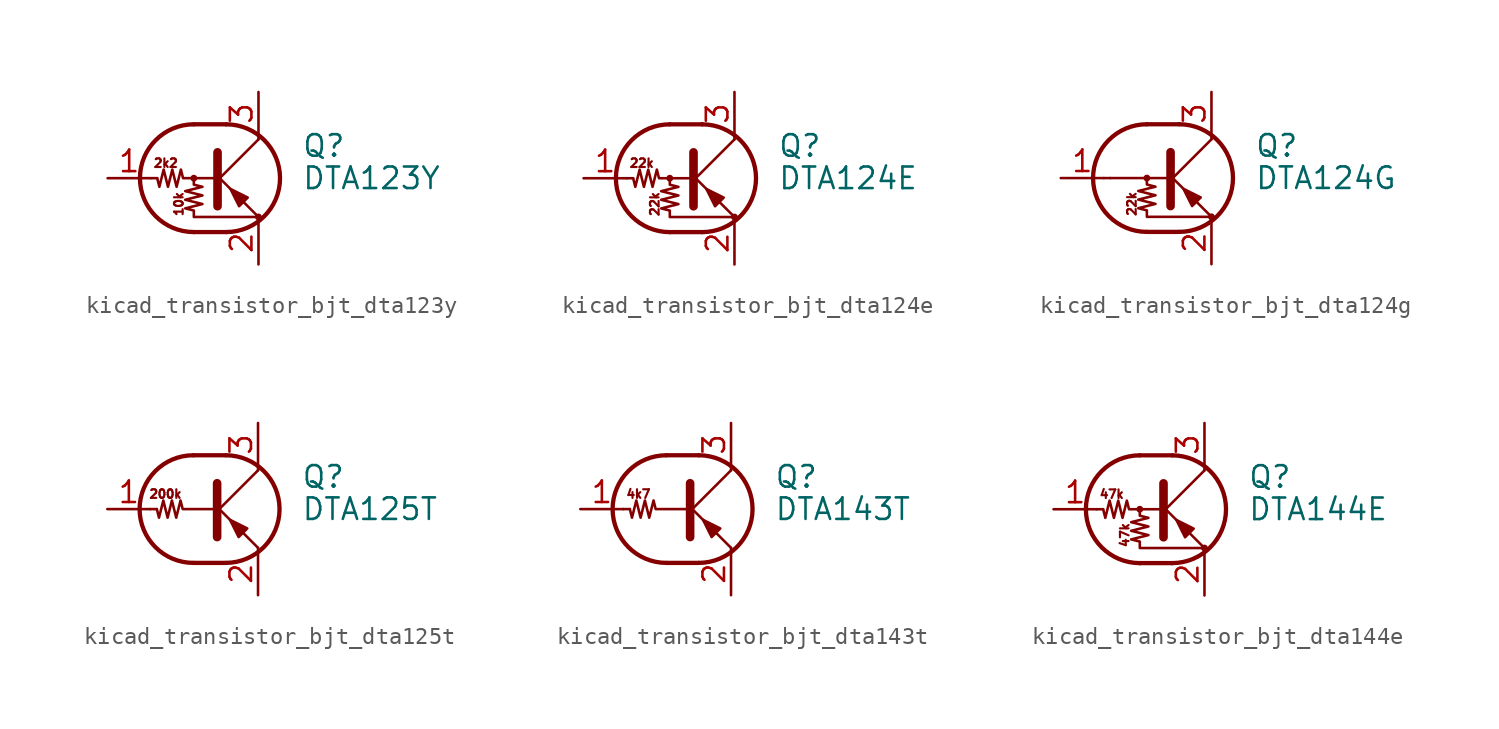
<source format=kicad_sym>
(kicad_symbol_lib
  (version 20220914)
  (generator kicad_symbol_editor)
  (symbol "kicad_transistor_bjt_dta123y"
    (pin_names
      (offset 0) hide)
    (property "Reference" "Q"
      (at 5.08 1.905 0)
      (effects (font (size 1.27 1.27)) (justify left)))
    (property "Value" "DTA123Y"
      (at 5.08 0 0)
      (effects (font (size 1.27 1.27)) (justify left)))
    (symbol "kicad_transistor_bjt_dta123y_0_0"
      (text "10k" (at -2.159 -1.524 900) (effects (font (size 0.508 0.508))))
      (text "2k2" (at -2.921 0.889 0) (effects (font (size 0.508 0.508)))))
    (symbol "kicad_transistor_bjt_dta123y_0_1"
      (circle (center -1.27 0) (radius 0.127) (stroke (width 0) (type default)) (fill (type none)))
      (arc (start -1.27 3.175) (mid -4.4312 0) (end -1.27 -3.175) (stroke (width 0.254) (type default)) (fill (type none)))
      (polyline (pts (xy -3.429 0) (xy -3.81 0)) (stroke (width 0) (type default)) (fill (type none)))
      (polyline (pts (xy -1.27 -3.175) (xy 0.635 -3.175)) (stroke (width 0.254) (type default)) (fill (type none)))
      (polyline (pts (xy -1.27 3.175) (xy 0.635 3.175)) (stroke (width 0.254) (type default)) (fill (type none)))
      (polyline (pts (xy 0 -0.254) (xy 2.54 2.286)) (stroke (width 0) (type default)) (fill (type none)))
      (polyline (pts (xy 0.127 1.524) (xy 0.127 -1.651)) (stroke (width 0.508) (type default)) (fill (type outline)))
      (polyline (pts (xy 2.54 2.286) (xy 2.54 2.54)) (stroke (width 0) (type default)) (fill (type none)))
      (polyline (pts (xy 2.54 -2.286) (xy 0 0.254) (xy 0 0.254)) (stroke (width 0) (type default)) (fill (type none)))
      (polyline (pts (xy 1.397 -1.651) (xy 1.905 -1.143) (xy 0.889 -0.635) (xy 1.397 -1.651)) (stroke (width 0) (type default)) (fill (type outline)))
      (polyline (pts (xy 0 0) (xy -1.905 0) (xy -2.032 0.508) (xy -2.286 -0.508) (xy -2.54 0.508) (xy -2.794 -0.508) (xy -3.048 0.508) (xy -3.302 -0.508) (xy -3.429 0)) (stroke (width 0) (type default)) (fill (type none)))
      (polyline (pts (xy -1.27 0) (xy -1.27 -0.381) (xy -0.762 -0.508) (xy -1.778 -0.762) (xy -0.762 -1.016) (xy -1.778 -1.27) (xy -0.762 -1.524) (xy -1.778 -1.778) (xy -1.27 -1.905) (xy -1.27 -2.286) (xy 2.54 -2.286)) (stroke (width 0) (type default)) (fill (type none)))
      (arc (start 0.635 -3.175) (mid 3.7962 0) (end 0.635 3.175) (stroke (width 0.254) (type default)) (fill (type none)))
      (circle (center 2.54 -2.286) (radius 0.127) (stroke (width 0) (type default)) (fill (type none))))
    (symbol "kicad_transistor_bjt_dta123y_1_1"
      (pin input line (at -6.35 0 0) (length 2.54) (name "B" (effects (font (size 1.27 1.27)))) (number "1" (effects (font (size 1.27 1.27)))))
      (pin passive line (at 2.54 -5.08 90) (length 2.54) (name "E" (effects (font (size 1.27 1.27)))) (number "2" (effects (font (size 1.27 1.27)))))
      (pin passive line (at 2.54 5.08 270) (length 2.54) (name "C" (effects (font (size 1.27 1.27)))) (number "3" (effects (font (size 1.27 1.27)))))))
  (symbol "kicad_transistor_bjt_dta124e"
    (pin_names
      (offset 0) hide)
    (property "Reference" "Q"
      (at 5.08 1.905 0)
      (effects (font (size 1.27 1.27)) (justify left)))
    (property "Value" "DTA124E"
      (at 5.08 0 0)
      (effects (font (size 1.27 1.27)) (justify left)))
    (symbol "kicad_transistor_bjt_dta124e_0_0"
      (text "22k" (at -2.921 0.889 0) (effects (font (size 0.508 0.508))))
      (text "22k" (at -2.159 -1.524 900) (effects (font (size 0.508 0.508)))))
    (symbol "kicad_transistor_bjt_dta124e_0_1"
      (circle (center -1.27 0) (radius 0.127) (stroke (width 0) (type default)) (fill (type none)))
      (arc (start -1.27 3.175) (mid -4.4312 0) (end -1.27 -3.175) (stroke (width 0.254) (type default)) (fill (type none)))
      (polyline (pts (xy -3.429 0) (xy -3.81 0)) (stroke (width 0) (type default)) (fill (type none)))
      (polyline (pts (xy -1.27 -3.175) (xy 0.635 -3.175)) (stroke (width 0.254) (type default)) (fill (type none)))
      (polyline (pts (xy -1.27 3.175) (xy 0.635 3.175)) (stroke (width 0.254) (type default)) (fill (type none)))
      (polyline (pts (xy 0 -0.254) (xy 2.54 2.286)) (stroke (width 0) (type default)) (fill (type none)))
      (polyline (pts (xy 0.127 1.524) (xy 0.127 -1.651)) (stroke (width 0.508) (type default)) (fill (type outline)))
      (polyline (pts (xy 2.54 2.286) (xy 2.54 2.54)) (stroke (width 0) (type default)) (fill (type none)))
      (polyline (pts (xy 2.54 -2.286) (xy 0 0.254) (xy 0 0.254)) (stroke (width 0) (type default)) (fill (type none)))
      (polyline (pts (xy 1.397 -1.651) (xy 1.905 -1.143) (xy 0.889 -0.635) (xy 1.397 -1.651)) (stroke (width 0) (type default)) (fill (type outline)))
      (polyline (pts (xy 0 0) (xy -1.905 0) (xy -2.032 0.508) (xy -2.286 -0.508) (xy -2.54 0.508) (xy -2.794 -0.508) (xy -3.048 0.508) (xy -3.302 -0.508) (xy -3.429 0)) (stroke (width 0) (type default)) (fill (type none)))
      (polyline (pts (xy -1.27 0) (xy -1.27 -0.381) (xy -0.762 -0.508) (xy -1.778 -0.762) (xy -0.762 -1.016) (xy -1.778 -1.27) (xy -0.762 -1.524) (xy -1.778 -1.778) (xy -1.27 -1.905) (xy -1.27 -2.286) (xy 2.54 -2.286)) (stroke (width 0) (type default)) (fill (type none)))
      (arc (start 0.635 -3.175) (mid 3.7962 0) (end 0.635 3.175) (stroke (width 0.254) (type default)) (fill (type none)))
      (circle (center 2.54 -2.286) (radius 0.127) (stroke (width 0) (type default)) (fill (type none))))
    (symbol "kicad_transistor_bjt_dta124e_1_1"
      (pin input line (at -6.35 0 0) (length 2.54) (name "B" (effects (font (size 1.27 1.27)))) (number "1" (effects (font (size 1.27 1.27)))))
      (pin passive line (at 2.54 -5.08 90) (length 2.54) (name "E" (effects (font (size 1.27 1.27)))) (number "2" (effects (font (size 1.27 1.27)))))
      (pin passive line (at 2.54 5.08 270) (length 2.54) (name "C" (effects (font (size 1.27 1.27)))) (number "3" (effects (font (size 1.27 1.27)))))))
  (symbol "kicad_transistor_bjt_dta124g"
    (pin_names
      (offset 0) hide)
    (property "Reference" "Q"
      (at 5.08 1.905 0)
      (effects (font (size 1.27 1.27)) (justify left)))
    (property "Value" "DTA124G"
      (at 5.08 0 0)
      (effects (font (size 1.27 1.27)) (justify left)))
    (symbol "kicad_transistor_bjt_dta124g_0_0"
      (polyline (pts (xy -3.429 0) (xy 0 0)) (stroke (width 0) (type default)) (fill (type none)))
      (text "22k" (at -2.159 -1.524 900) (effects (font (size 0.508 0.508)))))
    (symbol "kicad_transistor_bjt_dta124g_0_1"
      (circle (center -1.27 0) (radius 0.127) (stroke (width 0) (type default)) (fill (type none)))
      (arc (start -1.27 3.175) (mid -4.4312 0) (end -1.27 -3.175) (stroke (width 0.254) (type default)) (fill (type none)))
      (polyline (pts (xy -3.429 0) (xy -3.81 0)) (stroke (width 0) (type default)) (fill (type none)))
      (polyline (pts (xy -1.27 -3.175) (xy 0.635 -3.175)) (stroke (width 0.254) (type default)) (fill (type none)))
      (polyline (pts (xy -1.27 3.175) (xy 0.635 3.175)) (stroke (width 0.254) (type default)) (fill (type none)))
      (polyline (pts (xy 0 -0.254) (xy 2.54 2.286)) (stroke (width 0) (type default)) (fill (type none)))
      (polyline (pts (xy 0.127 1.524) (xy 0.127 -1.651)) (stroke (width 0.508) (type default)) (fill (type outline)))
      (polyline (pts (xy 2.54 2.286) (xy 2.54 2.54)) (stroke (width 0) (type default)) (fill (type none)))
      (polyline (pts (xy 2.54 -2.286) (xy 0 0.254) (xy 0 0.254)) (stroke (width 0) (type default)) (fill (type none)))
      (polyline (pts (xy 1.397 -1.651) (xy 1.905 -1.143) (xy 0.889 -0.635) (xy 1.397 -1.651)) (stroke (width 0) (type default)) (fill (type outline)))
      (polyline (pts (xy -1.27 0) (xy -1.27 -0.381) (xy -0.762 -0.508) (xy -1.778 -0.762) (xy -0.762 -1.016) (xy -1.778 -1.27) (xy -0.762 -1.524) (xy -1.778 -1.778) (xy -1.27 -1.905) (xy -1.27 -2.286) (xy 2.54 -2.286)) (stroke (width 0) (type default)) (fill (type none)))
      (arc (start 0.635 -3.175) (mid 3.7962 0) (end 0.635 3.175) (stroke (width 0.254) (type default)) (fill (type none)))
      (circle (center 2.54 -2.286) (radius 0.127) (stroke (width 0) (type default)) (fill (type none))))
    (symbol "kicad_transistor_bjt_dta124g_1_1"
      (pin input line (at -6.35 0 0) (length 2.54) (name "B" (effects (font (size 1.27 1.27)))) (number "1" (effects (font (size 1.27 1.27)))))
      (pin passive line (at 2.54 -5.08 90) (length 2.54) (name "E" (effects (font (size 1.27 1.27)))) (number "2" (effects (font (size 1.27 1.27)))))
      (pin passive line (at 2.54 5.08 270) (length 2.54) (name "C" (effects (font (size 1.27 1.27)))) (number "3" (effects (font (size 1.27 1.27)))))))
  (symbol "kicad_transistor_bjt_dta125t"
    (pin_names
      (offset 0) hide)
    (property "Reference" "Q"
      (at 5.08 1.905 0)
      (effects (font (size 1.27 1.27)) (justify left)))
    (property "Value" "DTA125T"
      (at 5.08 0 0)
      (effects (font (size 1.27 1.27)) (justify left)))
    (symbol "kicad_transistor_bjt_dta125t_0_0"
      (polyline (pts (xy 2.54 -2.286) (xy 2.54 -2.54)) (stroke (width 0) (type default)) (fill (type none)))
      (text "200k" (at -2.921 0.889 0) (effects (font (size 0.508 0.508)))))
    (symbol "kicad_transistor_bjt_dta125t_0_1"
      (arc (start -1.27 3.175) (mid -4.4312 0) (end -1.27 -3.175) (stroke (width 0.254) (type default)) (fill (type none)))
      (polyline (pts (xy -3.429 0) (xy -3.81 0)) (stroke (width 0) (type default)) (fill (type none)))
      (polyline (pts (xy -1.27 -3.175) (xy 0.635 -3.175)) (stroke (width 0.254) (type default)) (fill (type none)))
      (polyline (pts (xy -1.27 3.175) (xy 0.635 3.175)) (stroke (width 0.254) (type default)) (fill (type none)))
      (polyline (pts (xy 0 -0.254) (xy 2.54 2.286)) (stroke (width 0) (type default)) (fill (type none)))
      (polyline (pts (xy 0.127 1.524) (xy 0.127 -1.651)) (stroke (width 0.508) (type default)) (fill (type outline)))
      (polyline (pts (xy 2.54 2.286) (xy 2.54 2.54)) (stroke (width 0) (type default)) (fill (type none)))
      (polyline (pts (xy 2.54 -2.286) (xy 0 0.254) (xy 0 0.254)) (stroke (width 0) (type default)) (fill (type none)))
      (polyline (pts (xy 1.397 -1.651) (xy 1.905 -1.143) (xy 0.889 -0.635) (xy 1.397 -1.651)) (stroke (width 0) (type default)) (fill (type outline)))
      (polyline (pts (xy 0 0) (xy -1.905 0) (xy -2.032 0.508) (xy -2.286 -0.508) (xy -2.54 0.508) (xy -2.794 -0.508) (xy -3.048 0.508) (xy -3.302 -0.508) (xy -3.429 0)) (stroke (width 0) (type default)) (fill (type none)))
      (arc (start 0.635 -3.175) (mid 3.7962 0) (end 0.635 3.175) (stroke (width 0.254) (type default)) (fill (type none))))
    (symbol "kicad_transistor_bjt_dta125t_1_1"
      (pin input line (at -6.35 0 0) (length 2.54) (name "B" (effects (font (size 1.27 1.27)))) (number "1" (effects (font (size 1.27 1.27)))))
      (pin passive line (at 2.54 -5.08 90) (length 2.54) (name "E" (effects (font (size 1.27 1.27)))) (number "2" (effects (font (size 1.27 1.27)))))
      (pin passive line (at 2.54 5.08 270) (length 2.54) (name "C" (effects (font (size 1.27 1.27)))) (number "3" (effects (font (size 1.27 1.27)))))))
  (symbol "kicad_transistor_bjt_dta143t"
    (pin_names
      (offset 0) hide)
    (property "Reference" "Q"
      (at 5.08 1.905 0)
      (effects (font (size 1.27 1.27)) (justify left)))
    (property "Value" "DTA143T"
      (at 5.08 0 0)
      (effects (font (size 1.27 1.27)) (justify left)))
    (symbol "kicad_transistor_bjt_dta143t_0_0"
      (polyline (pts (xy 2.54 -2.286) (xy 2.54 -2.54)) (stroke (width 0) (type default)) (fill (type none)))
      (text "4k7" (at -2.921 0.889 0) (effects (font (size 0.508 0.508)))))
    (symbol "kicad_transistor_bjt_dta143t_0_1"
      (arc (start -1.27 3.175) (mid -4.4312 0) (end -1.27 -3.175) (stroke (width 0.254) (type default)) (fill (type none)))
      (polyline (pts (xy -3.429 0) (xy -3.81 0)) (stroke (width 0) (type default)) (fill (type none)))
      (polyline (pts (xy -1.27 -3.175) (xy 0.635 -3.175)) (stroke (width 0.254) (type default)) (fill (type none)))
      (polyline (pts (xy -1.27 3.175) (xy 0.635 3.175)) (stroke (width 0.254) (type default)) (fill (type none)))
      (polyline (pts (xy 0 -0.254) (xy 2.54 2.286)) (stroke (width 0) (type default)) (fill (type none)))
      (polyline (pts (xy 0.127 1.524) (xy 0.127 -1.651)) (stroke (width 0.508) (type default)) (fill (type outline)))
      (polyline (pts (xy 2.54 2.286) (xy 2.54 2.54)) (stroke (width 0) (type default)) (fill (type none)))
      (polyline (pts (xy 2.54 -2.286) (xy 0 0.254) (xy 0 0.254)) (stroke (width 0) (type default)) (fill (type none)))
      (polyline (pts (xy 1.397 -1.651) (xy 1.905 -1.143) (xy 0.889 -0.635) (xy 1.397 -1.651)) (stroke (width 0) (type default)) (fill (type outline)))
      (polyline (pts (xy 0 0) (xy -1.905 0) (xy -2.032 0.508) (xy -2.286 -0.508) (xy -2.54 0.508) (xy -2.794 -0.508) (xy -3.048 0.508) (xy -3.302 -0.508) (xy -3.429 0)) (stroke (width 0) (type default)) (fill (type none)))
      (arc (start 0.635 -3.175) (mid 3.7962 0) (end 0.635 3.175) (stroke (width 0.254) (type default)) (fill (type none))))
    (symbol "kicad_transistor_bjt_dta143t_1_1"
      (pin input line (at -6.35 0 0) (length 2.54) (name "B" (effects (font (size 1.27 1.27)))) (number "1" (effects (font (size 1.27 1.27)))))
      (pin passive line (at 2.54 -5.08 90) (length 2.54) (name "E" (effects (font (size 1.27 1.27)))) (number "2" (effects (font (size 1.27 1.27)))))
      (pin passive line (at 2.54 5.08 270) (length 2.54) (name "C" (effects (font (size 1.27 1.27)))) (number "3" (effects (font (size 1.27 1.27)))))))
  (symbol "kicad_transistor_bjt_dta144e"
    (pin_names
      (offset 0) hide)
    (property "Reference" "Q"
      (at 5.08 1.905 0)
      (effects (font (size 1.27 1.27)) (justify left)))
    (property "Value" "DTA144E"
      (at 5.08 0 0)
      (effects (font (size 1.27 1.27)) (justify left)))
    (symbol "kicad_transistor_bjt_dta144e_0_0"
      (text "47k" (at -2.921 0.889 0) (effects (font (size 0.508 0.508))))
      (text "47k" (at -2.159 -1.524 900) (effects (font (size 0.508 0.508)))))
    (symbol "kicad_transistor_bjt_dta144e_0_1"
      (circle (center -1.27 0) (radius 0.127) (stroke (width 0) (type default)) (fill (type none)))
      (arc (start -1.27 3.175) (mid -4.4312 0) (end -1.27 -3.175) (stroke (width 0.254) (type default)) (fill (type none)))
      (polyline (pts (xy -3.429 0) (xy -3.81 0)) (stroke (width 0) (type default)) (fill (type none)))
      (polyline (pts (xy -1.27 -3.175) (xy 0.635 -3.175)) (stroke (width 0.254) (type default)) (fill (type none)))
      (polyline (pts (xy -1.27 3.175) (xy 0.635 3.175)) (stroke (width 0.254) (type default)) (fill (type none)))
      (polyline (pts (xy 0 -0.254) (xy 2.54 2.286)) (stroke (width 0) (type default)) (fill (type none)))
      (polyline (pts (xy 0.127 1.524) (xy 0.127 -1.651)) (stroke (width 0.508) (type default)) (fill (type outline)))
      (polyline (pts (xy 2.54 2.286) (xy 2.54 2.54)) (stroke (width 0) (type default)) (fill (type none)))
      (polyline (pts (xy 2.54 -2.286) (xy 0 0.254) (xy 0 0.254)) (stroke (width 0) (type default)) (fill (type none)))
      (polyline (pts (xy 1.397 -1.651) (xy 1.905 -1.143) (xy 0.889 -0.635) (xy 1.397 -1.651)) (stroke (width 0) (type default)) (fill (type outline)))
      (polyline (pts (xy 0 0) (xy -1.905 0) (xy -2.032 0.508) (xy -2.286 -0.508) (xy -2.54 0.508) (xy -2.794 -0.508) (xy -3.048 0.508) (xy -3.302 -0.508) (xy -3.429 0)) (stroke (width 0) (type default)) (fill (type none)))
      (polyline (pts (xy -1.27 0) (xy -1.27 -0.381) (xy -0.762 -0.508) (xy -1.778 -0.762) (xy -0.762 -1.016) (xy -1.778 -1.27) (xy -0.762 -1.524) (xy -1.778 -1.778) (xy -1.27 -1.905) (xy -1.27 -2.286) (xy 2.54 -2.286)) (stroke (width 0) (type default)) (fill (type none)))
      (arc (start 0.635 -3.175) (mid 3.7962 0) (end 0.635 3.175) (stroke (width 0.254) (type default)) (fill (type none)))
      (circle (center 2.54 -2.286) (radius 0.127) (stroke (width 0) (type default)) (fill (type none))))
    (symbol "kicad_transistor_bjt_dta144e_1_1"
      (pin input line (at -6.35 0 0) (length 2.54) (name "B" (effects (font (size 1.27 1.27)))) (number "1" (effects (font (size 1.27 1.27)))))
      (pin passive line (at 2.54 -5.08 90) (length 2.54) (name "E" (effects (font (size 1.27 1.27)))) (number "2" (effects (font (size 1.27 1.27)))))
      (pin passive line (at 2.54 5.08 270) (length 2.54) (name "C" (effects (font (size 1.27 1.27)))) (number "3" (effects (font (size 1.27 1.27))))))))
</source>
